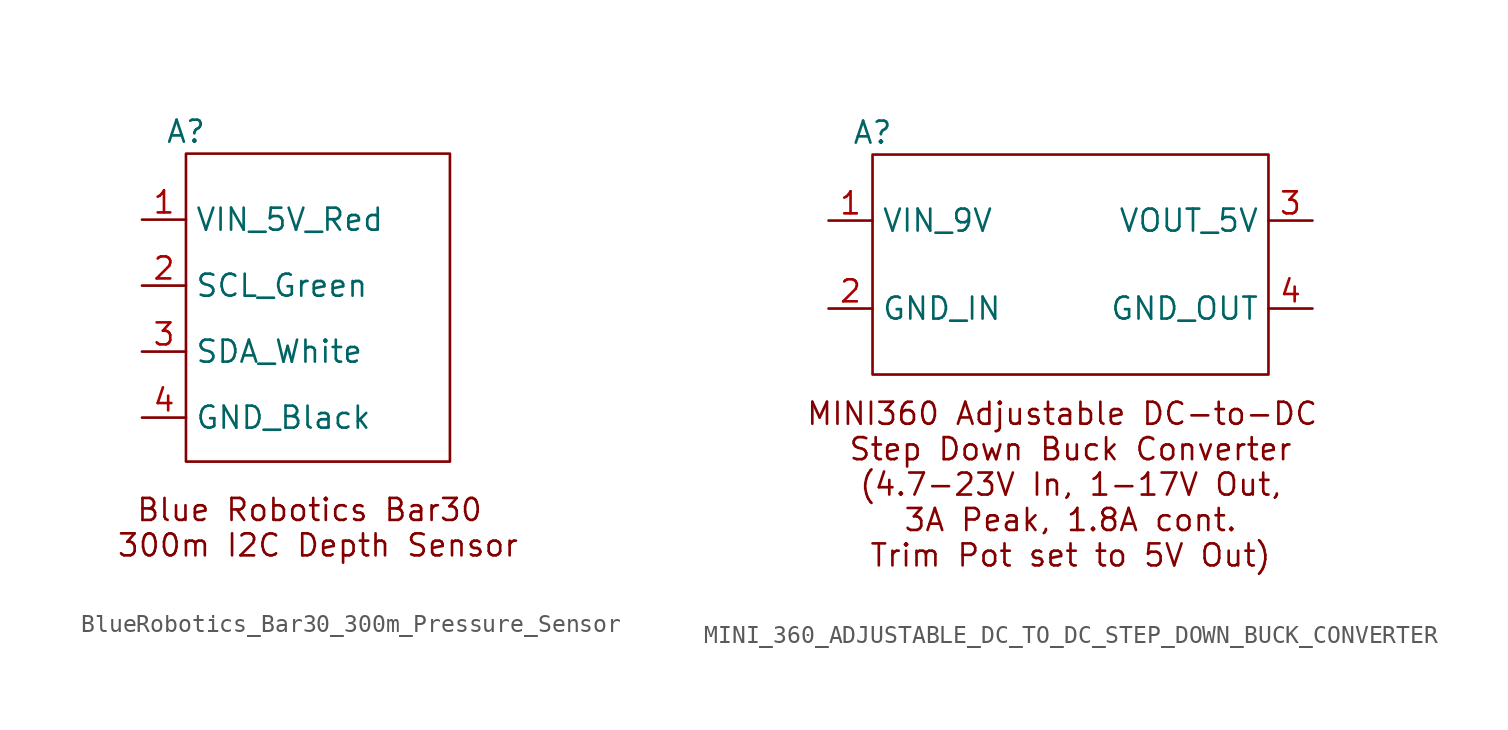
<source format=kicad_sym>
(kicad_symbol_lib
  (version 20220914)
  (generator kicad_symbol_editor)
  (symbol "BlueRobotics_Bar30_300m_Pressure_Sensor"
    (property "Reference" "A"
      (at -7.62 11.43 0)
      (effects (font (size 1.27 1.27))))
    (property "Value" ""
      (at 15.24 0 0)
      (effects (font (size 1.27 1.27))))
    (symbol "BlueRobotics_Bar30_300m_Pressure_Sensor_1_1"
      (rectangle (start -7.62 10.16) (end 7.62 -7.62) (stroke (width 0) (type default)) (fill (type none)))
      (text "Blue Robotics Bar30 \n300m I2C Depth Sensor" (at 0 -11.43 0) (effects (font (size 1.27 1.27))))
      (pin power_in line (at -10.16 6.35 0) (length 2.54) (name "VIN_5V_Red" (effects (font (size 1.27 1.27)))) (number "1" (effects (font (size 1.27 1.27)))))
      (pin input line (at -10.16 2.54 0) (length 2.54) (name "SCL_Green" (effects (font (size 1.27 1.27)))) (number "2" (effects (font (size 1.27 1.27)))))
      (pin input line (at -10.16 -1.27 0) (length 2.54) (name "SDA_White" (effects (font (size 1.27 1.27)))) (number "3" (effects (font (size 1.27 1.27)))))
      (pin power_in line (at -10.16 -5.08 0) (length 2.54) (name "GND_Black" (effects (font (size 1.27 1.27)))) (number "4" (effects (font (size 1.27 1.27)))))))
  (symbol "MINI_360_ADJUSTABLE_DC_TO_DC_STEP_DOWN_BUCK_CONVERTER"
    (property "Reference" "A"
      (at -13.97 33.02 0)
      (effects (font (size 1.27 1.27))))
    (property "Value" ""
      (at -13.97 31.75 0)
      (effects (font (size 1.27 1.27))))
    (symbol "MINI_360_ADJUSTABLE_DC_TO_DC_STEP_DOWN_BUCK_CONVERTER_0_1"
      (rectangle (start -13.97 31.75) (end 8.89 19.05) (stroke (width 0) (type default)) (fill (type none))))
    (symbol "MINI_360_ADJUSTABLE_DC_TO_DC_STEP_DOWN_BUCK_CONVERTER_1_1"
      (text "MINI360 Adjustable DC-to-DC \nStep Down Buck Converter\n(4.7-23V In, 1-17V Out,\n3A Peak, 1.8A cont.\nTrim Pot set to 5V Out)" (at -2.54 12.7 0) (effects (font (size 1.27 1.27))))
      (pin power_in line (at -16.51 27.94 0) (length 2.54) (name "VIN_9V" (effects (font (size 1.27 1.27)))) (number "1" (effects (font (size 1.27 1.27)))))
      (pin power_in line (at -16.51 22.86 0) (length 2.54) (name "GND_IN" (effects (font (size 1.27 1.27)))) (number "2" (effects (font (size 1.27 1.27)))))
      (pin power_out line (at 11.43 27.94 180) (length 2.54) (name "VOUT_5V" (effects (font (size 1.27 1.27)))) (number "3" (effects (font (size 1.27 1.27)))))
      (pin power_out line (at 11.43 22.86 180) (length 2.54) (name "GND_OUT" (effects (font (size 1.27 1.27)))) (number "4" (effects (font (size 1.27 1.27))))))))
</source>
